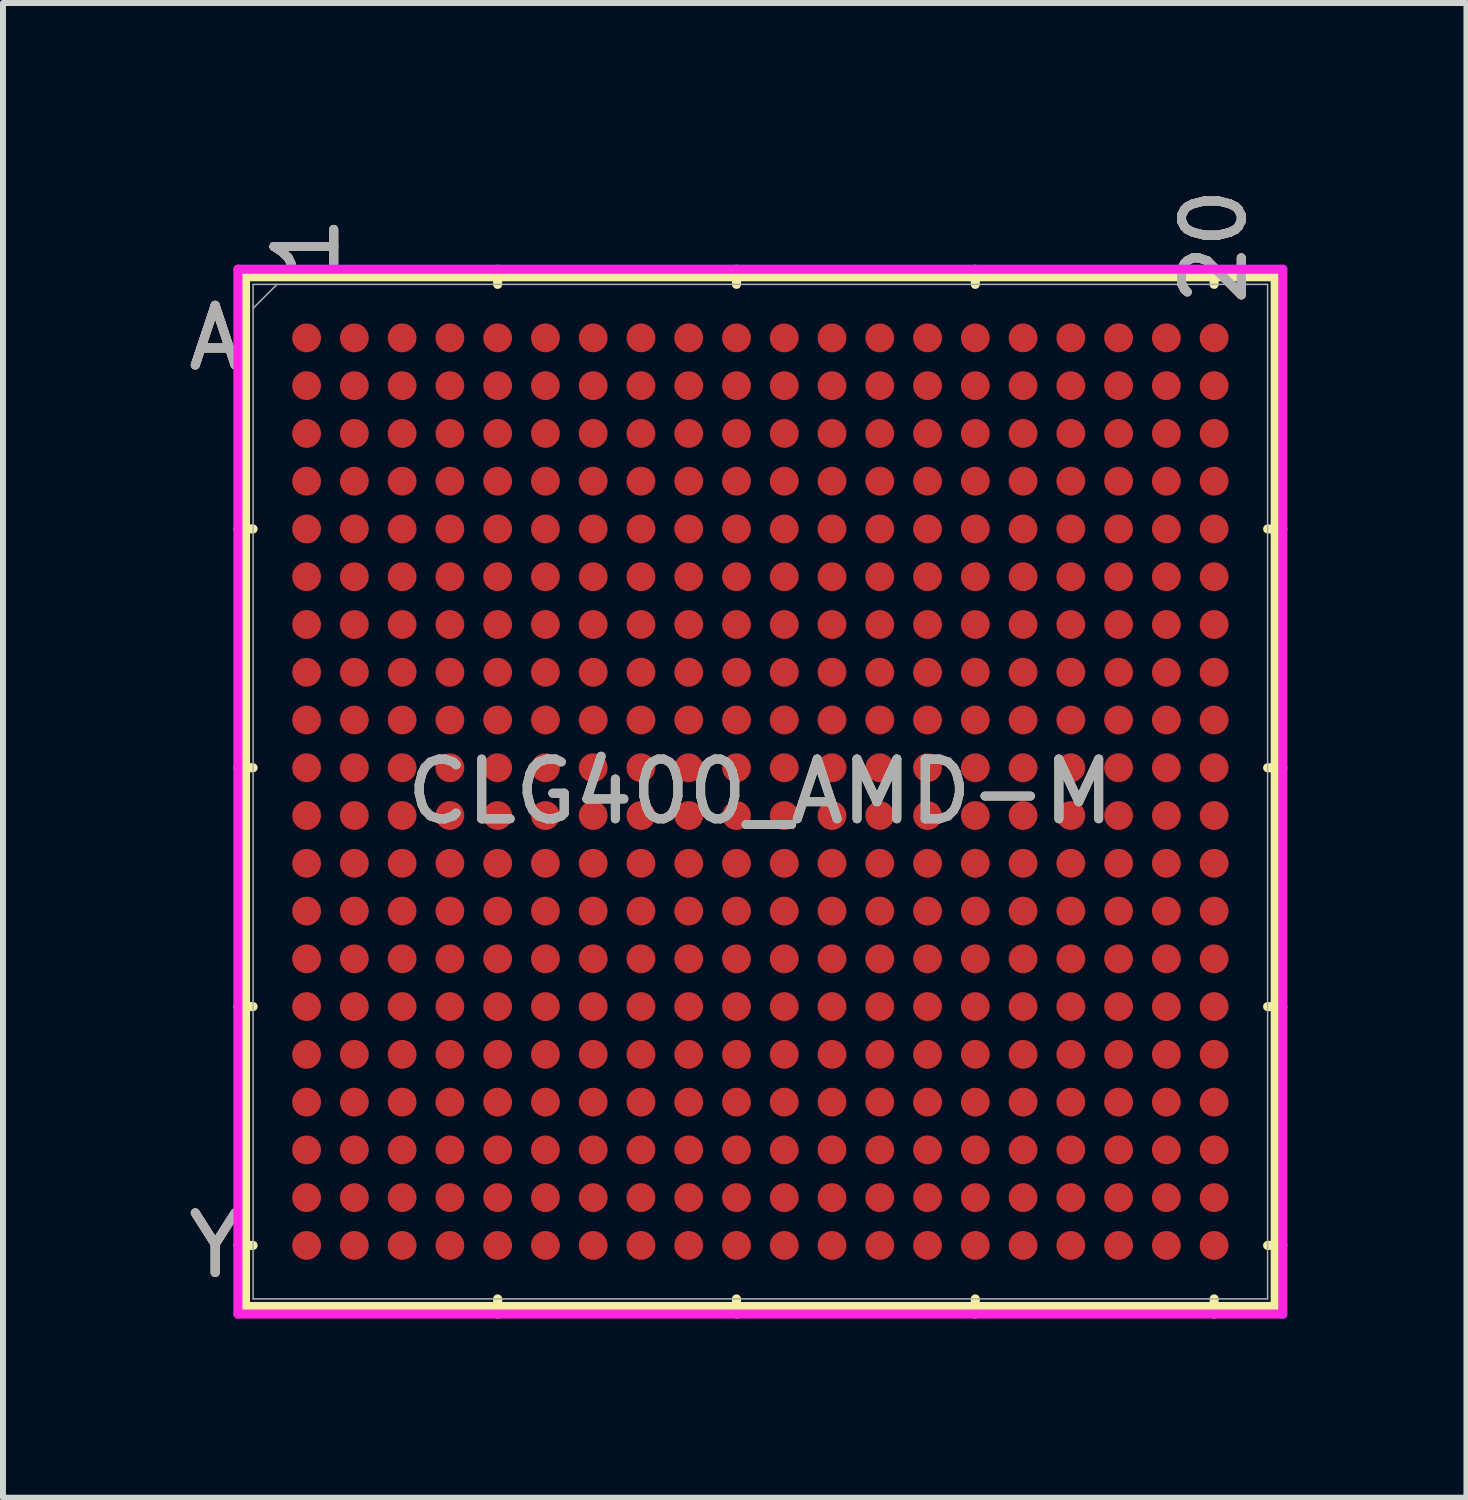
<source format=kicad_pcb>
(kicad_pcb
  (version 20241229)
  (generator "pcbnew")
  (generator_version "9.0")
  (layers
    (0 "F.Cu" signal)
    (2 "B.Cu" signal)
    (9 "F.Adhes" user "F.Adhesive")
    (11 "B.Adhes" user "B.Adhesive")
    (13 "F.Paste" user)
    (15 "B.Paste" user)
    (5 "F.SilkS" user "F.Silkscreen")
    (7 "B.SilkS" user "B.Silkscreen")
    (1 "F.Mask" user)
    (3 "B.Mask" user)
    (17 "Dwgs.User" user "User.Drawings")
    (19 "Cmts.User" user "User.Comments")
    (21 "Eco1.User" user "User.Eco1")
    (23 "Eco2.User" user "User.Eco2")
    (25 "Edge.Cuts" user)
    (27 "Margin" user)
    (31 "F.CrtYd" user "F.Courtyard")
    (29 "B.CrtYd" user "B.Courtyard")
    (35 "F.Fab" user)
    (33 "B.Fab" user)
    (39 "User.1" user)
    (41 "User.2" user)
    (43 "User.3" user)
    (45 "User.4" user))
  (footprint "CLG400_AMD-M"
    (layer "F.Cu")
    (at 9.685 10.209)
    (property "Reference" "CLG400_AMD-M" (at 0 0 0) (unlocked yes) (layer "F.SilkS") (effects (font (size 1 1) (thickness 0.15))))
    (attr smd)
    (fp_line (start -8.623 -8.623) (end -8.623 8.623) (stroke (width 0.152) (type solid)) (layer "F.SilkS"))
    (fp_line (start -8.623 8.623) (end 8.623 8.623) (stroke (width 0.152) (type solid)) (layer "F.SilkS"))
    (fp_line (start -8.496 -4.4) (end -8.75 -4.4) (stroke (width 0.152) (type solid)) (layer "F.SilkS"))
    (fp_line (start -8.496 -0.4) (end -8.75 -0.4) (stroke (width 0.152) (type solid)) (layer "F.SilkS"))
    (fp_line (start -8.496 3.6) (end -8.75 3.6) (stroke (width 0.152) (type solid)) (layer "F.SilkS"))
    (fp_line (start -8.496 7.6) (end -8.75 7.6) (stroke (width 0.152) (type solid)) (layer "F.SilkS"))
    (fp_line (start -4.4 -8.496) (end -4.4 -8.75) (stroke (width 0.152) (type solid)) (layer "F.SilkS"))
    (fp_line (start -4.4 8.496) (end -4.4 8.75) (stroke (width 0.152) (type solid)) (layer "F.SilkS"))
    (fp_line (start -0.4 -8.496) (end -0.4 -8.75) (stroke (width 0.152) (type solid)) (layer "F.SilkS"))
    (fp_line (start -0.4 8.496) (end -0.4 8.75) (stroke (width 0.152) (type solid)) (layer "F.SilkS"))
    (fp_line (start 3.6 -8.496) (end 3.6 -8.75) (stroke (width 0.152) (type solid)) (layer "F.SilkS"))
    (fp_line (start 3.6 8.496) (end 3.6 8.75) (stroke (width 0.152) (type solid)) (layer "F.SilkS"))
    (fp_line (start 7.6 -8.496) (end 7.6 -8.75) (stroke (width 0.152) (type solid)) (layer "F.SilkS"))
    (fp_line (start 7.6 8.496) (end 7.6 8.75) (stroke (width 0.152) (type solid)) (layer "F.SilkS"))
    (fp_line (start 8.496 -4.4) (end 8.75 -4.4) (stroke (width 0.152) (type solid)) (layer "F.SilkS"))
    (fp_line (start 8.496 -0.4) (end 8.75 -0.4) (stroke (width 0.152) (type solid)) (layer "F.SilkS"))
    (fp_line (start 8.496 3.6) (end 8.75 3.6) (stroke (width 0.152) (type solid)) (layer "F.SilkS"))
    (fp_line (start 8.496 7.6) (end 8.75 7.6) (stroke (width 0.152) (type solid)) (layer "F.SilkS"))
    (fp_line (start 8.623 -8.623) (end -8.623 -8.623) (stroke (width 0.152) (type solid)) (layer "F.SilkS"))
    (fp_line (start 8.623 8.623) (end 8.623 -8.623) (stroke (width 0.152) (type solid)) (layer "F.SilkS"))
    (fp_poly (pts (xy -8.444 -8.444) (xy 8.444 -8.444) (xy 8.444 8.444) (xy -8.444 8.444)) (stroke (width 0.1) (type solid)) (fill no) (layer "Eco2.User"))
    (fp_line (start -8.75 -8.75) (end 8.75 -8.75) (stroke (width 0.152) (type solid)) (layer "F.CrtYd"))
    (fp_line (start -8.75 8.75) (end -8.75 -8.75) (stroke (width 0.152) (type solid)) (layer "F.CrtYd"))
    (fp_line (start 8.75 -8.75) (end 8.75 8.75) (stroke (width 0.152) (type solid)) (layer "F.CrtYd"))
    (fp_line (start 8.75 8.75) (end -8.75 8.75) (stroke (width 0.152) (type solid)) (layer "F.CrtYd"))
    (fp_line (start -8.496 -8.496) (end -8.496 8.496) (stroke (width 0.025) (type solid)) (layer "F.Fab"))
    (fp_line (start -8.496 8.496) (end 8.496 8.496) (stroke (width 0.025) (type solid)) (layer "F.Fab"))
    (fp_line (start -8.096 -8.496) (end -8.496 -8.096) (stroke (width 0.025) (type solid)) (layer "F.Fab"))
    (fp_line (start 8.496 -8.496) (end -8.496 -8.496) (stroke (width 0.025) (type solid)) (layer "F.Fab"))
    (fp_line (start 8.496 8.496) (end 8.496 -8.496) (stroke (width 0.025) (type solid)) (layer "F.Fab"))
    (fp_text user "1" (at -7.6 -9.131 90) (unlocked yes) (layer "F.SilkS") (effects (font (size 1 1) (thickness 0.15))))
    (fp_text user "Y" (at -9.131 7.6 0) (unlocked yes) (layer "F.SilkS") (effects (font (size 1 1) (thickness 0.15))))
    (fp_text user "A" (at -9.131 -7.6 0) (unlocked yes) (layer "F.SilkS") (effects (font (size 1 1) (thickness 0.15))))
    (fp_text user "20" (at 7.6 -9.131 90) (unlocked yes) (layer "F.SilkS") (effects (font (size 1 1) (thickness 0.15))))
    (fp_text user "20" (at 7.6 -9.131 90) (unlocked yes) (layer "B.SilkS") (effects (font (size 1 1) (thickness 0.15))))
    (fp_text user "A" (at -9.131 -7.6 0) (unlocked yes) (layer "B.SilkS") (effects (font (size 1 1) (thickness 0.15))))
    (fp_text user "Y" (at -9.131 7.6 0) (unlocked yes) (layer "B.SilkS") (effects (font (size 1 1) (thickness 0.15))))
    (fp_text user "1" (at -7.6 -9.131 90) (unlocked yes) (layer "B.SilkS") (effects (font (size 1 1) (thickness 0.15))))
    (fp_text user "1" (at -7.6 -9.131 90) (unlocked yes) (layer "F.Fab") (effects (font (size 1 1) (thickness 0.15))))
    (fp_text user "20" (at 7.6 -9.131 90) (unlocked yes) (layer "F.Fab") (effects (font (size 1 1) (thickness 0.15))))
    (fp_text user "${REFERENCE}" (at 0 0 0) (unlocked yes) (layer "F.Fab") (effects (font (size 1 1) (thickness 0.15))))
    (fp_text user "A" (at -9.131 -7.6 0) (unlocked yes) (layer "F.Fab") (effects (font (size 1 1) (thickness 0.15))))
    (fp_text user "Y" (at -9.131 7.6 0) (unlocked yes) (layer "F.Fab") (effects (font (size 1 1) (thickness 0.15))))
    (pad "A1" smd circle (at -7.6 -7.6) (size 0.483 0.483) (layers "F.Cu" "F.Mask" "F.Paste"))
    (pad "A2" smd circle (at -6.8 -7.6) (size 0.483 0.483) (layers "F.Cu" "F.Mask" "F.Paste"))
    (pad "A3" smd circle (at -6 -7.6) (size 0.483 0.483) (layers "F.Cu" "F.Mask" "F.Paste"))
    (pad "A4" smd circle (at -5.2 -7.6) (size 0.483 0.483) (layers "F.Cu" "F.Mask" "F.Paste"))
    (pad "A5" smd circle (at -4.4 -7.6) (size 0.483 0.483) (layers "F.Cu" "F.Mask" "F.Paste"))
    (pad "A6" smd circle (at -3.6 -7.6) (size 0.483 0.483) (layers "F.Cu" "F.Mask" "F.Paste"))
    (pad "A7" smd circle (at -2.8 -7.6) (size 0.483 0.483) (layers "F.Cu" "F.Mask" "F.Paste"))
    (pad "A8" smd circle (at -2 -7.6) (size 0.483 0.483) (layers "F.Cu" "F.Mask" "F.Paste"))
    (pad "A9" smd circle (at -1.2 -7.6) (size 0.483 0.483) (layers "F.Cu" "F.Mask" "F.Paste"))
    (pad "A10" smd circle (at -0.4 -7.6) (size 0.483 0.483) (layers "F.Cu" "F.Mask" "F.Paste"))
    (pad "A11" smd circle (at 0.4 -7.6) (size 0.483 0.483) (layers "F.Cu" "F.Mask" "F.Paste"))
    (pad "A12" smd circle (at 1.2 -7.6) (size 0.483 0.483) (layers "F.Cu" "F.Mask" "F.Paste"))
    (pad "A13" smd circle (at 2 -7.6) (size 0.483 0.483) (layers "F.Cu" "F.Mask" "F.Paste"))
    (pad "A14" smd circle (at 2.8 -7.6) (size 0.483 0.483) (layers "F.Cu" "F.Mask" "F.Paste"))
    (pad "A15" smd circle (at 3.6 -7.6) (size 0.483 0.483) (layers "F.Cu" "F.Mask" "F.Paste"))
    (pad "A16" smd circle (at 4.4 -7.6) (size 0.483 0.483) (layers "F.Cu" "F.Mask" "F.Paste"))
    (pad "A17" smd circle (at 5.2 -7.6) (size 0.483 0.483) (layers "F.Cu" "F.Mask" "F.Paste"))
    (pad "A18" smd circle (at 6 -7.6) (size 0.483 0.483) (layers "F.Cu" "F.Mask" "F.Paste"))
    (pad "A19" smd circle (at 6.8 -7.6) (size 0.483 0.483) (layers "F.Cu" "F.Mask" "F.Paste"))
    (pad "A20" smd circle (at 7.6 -7.6) (size 0.483 0.483) (layers "F.Cu" "F.Mask" "F.Paste"))
    (pad "B1" smd circle (at -7.6 -6.8) (size 0.483 0.483) (layers "F.Cu" "F.Mask" "F.Paste"))
    (pad "B2" smd circle (at -6.8 -6.8) (size 0.483 0.483) (layers "F.Cu" "F.Mask" "F.Paste"))
    (pad "B3" smd circle (at -6 -6.8) (size 0.483 0.483) (layers "F.Cu" "F.Mask" "F.Paste"))
    (pad "B4" smd circle (at -5.2 -6.8) (size 0.483 0.483) (layers "F.Cu" "F.Mask" "F.Paste"))
    (pad "B5" smd circle (at -4.4 -6.8) (size 0.483 0.483) (layers "F.Cu" "F.Mask" "F.Paste"))
    (pad "B6" smd circle (at -3.6 -6.8) (size 0.483 0.483) (layers "F.Cu" "F.Mask" "F.Paste"))
    (pad "B7" smd circle (at -2.8 -6.8) (size 0.483 0.483) (layers "F.Cu" "F.Mask" "F.Paste"))
    (pad "B8" smd circle (at -2 -6.8) (size 0.483 0.483) (layers "F.Cu" "F.Mask" "F.Paste"))
    (pad "B9" smd circle (at -1.2 -6.8) (size 0.483 0.483) (layers "F.Cu" "F.Mask" "F.Paste"))
    (pad "B10" smd circle (at -0.4 -6.8) (size 0.483 0.483) (layers "F.Cu" "F.Mask" "F.Paste"))
    (pad "B11" smd circle (at 0.4 -6.8) (size 0.483 0.483) (layers "F.Cu" "F.Mask" "F.Paste"))
    (pad "B12" smd circle (at 1.2 -6.8) (size 0.483 0.483) (layers "F.Cu" "F.Mask" "F.Paste"))
    (pad "B13" smd circle (at 2 -6.8) (size 0.483 0.483) (layers "F.Cu" "F.Mask" "F.Paste"))
    (pad "B14" smd circle (at 2.8 -6.8) (size 0.483 0.483) (layers "F.Cu" "F.Mask" "F.Paste"))
    (pad "B15" smd circle (at 3.6 -6.8) (size 0.483 0.483) (layers "F.Cu" "F.Mask" "F.Paste"))
    (pad "B16" smd circle (at 4.4 -6.8) (size 0.483 0.483) (layers "F.Cu" "F.Mask" "F.Paste"))
    (pad "B17" smd circle (at 5.2 -6.8) (size 0.483 0.483) (layers "F.Cu" "F.Mask" "F.Paste"))
    (pad "B18" smd circle (at 6 -6.8) (size 0.483 0.483) (layers "F.Cu" "F.Mask" "F.Paste"))
    (pad "B19" smd circle (at 6.8 -6.8) (size 0.483 0.483) (layers "F.Cu" "F.Mask" "F.Paste"))
    (pad "B20" smd circle (at 7.6 -6.8) (size 0.483 0.483) (layers "F.Cu" "F.Mask" "F.Paste"))
    (pad "C1" smd circle (at -7.6 -6) (size 0.483 0.483) (layers "F.Cu" "F.Mask" "F.Paste"))
    (pad "C2" smd circle (at -6.8 -6) (size 0.483 0.483) (layers "F.Cu" "F.Mask" "F.Paste"))
    (pad "C3" smd circle (at -6 -6) (size 0.483 0.483) (layers "F.Cu" "F.Mask" "F.Paste"))
    (pad "C4" smd circle (at -5.2 -6) (size 0.483 0.483) (layers "F.Cu" "F.Mask" "F.Paste"))
    (pad "C5" smd circle (at -4.4 -6) (size 0.483 0.483) (layers "F.Cu" "F.Mask" "F.Paste"))
    (pad "C6" smd circle (at -3.6 -6) (size 0.483 0.483) (layers "F.Cu" "F.Mask" "F.Paste"))
    (pad "C7" smd circle (at -2.8 -6) (size 0.483 0.483) (layers "F.Cu" "F.Mask" "F.Paste"))
    (pad "C8" smd circle (at -2 -6) (size 0.483 0.483) (layers "F.Cu" "F.Mask" "F.Paste"))
    (pad "C9" smd circle (at -1.2 -6) (size 0.483 0.483) (layers "F.Cu" "F.Mask" "F.Paste"))
    (pad "C10" smd circle (at -0.4 -6) (size 0.483 0.483) (layers "F.Cu" "F.Mask" "F.Paste"))
    (pad "C11" smd circle (at 0.4 -6) (size 0.483 0.483) (layers "F.Cu" "F.Mask" "F.Paste"))
    (pad "C12" smd circle (at 1.2 -6) (size 0.483 0.483) (layers "F.Cu" "F.Mask" "F.Paste"))
    (pad "C13" smd circle (at 2 -6) (size 0.483 0.483) (layers "F.Cu" "F.Mask" "F.Paste"))
    (pad "C14" smd circle (at 2.8 -6) (size 0.483 0.483) (layers "F.Cu" "F.Mask" "F.Paste"))
    (pad "C15" smd circle (at 3.6 -6) (size 0.483 0.483) (layers "F.Cu" "F.Mask" "F.Paste"))
    (pad "C16" smd circle (at 4.4 -6) (size 0.483 0.483) (layers "F.Cu" "F.Mask" "F.Paste"))
    (pad "C17" smd circle (at 5.2 -6) (size 0.483 0.483) (layers "F.Cu" "F.Mask" "F.Paste"))
    (pad "C18" smd circle (at 6 -6) (size 0.483 0.483) (layers "F.Cu" "F.Mask" "F.Paste"))
    (pad "C19" smd circle (at 6.8 -6) (size 0.483 0.483) (layers "F.Cu" "F.Mask" "F.Paste"))
    (pad "C20" smd circle (at 7.6 -6) (size 0.483 0.483) (layers "F.Cu" "F.Mask" "F.Paste"))
    (pad "D1" smd circle (at -7.6 -5.2) (size 0.483 0.483) (layers "F.Cu" "F.Mask" "F.Paste"))
    (pad "D2" smd circle (at -6.8 -5.2) (size 0.483 0.483) (layers "F.Cu" "F.Mask" "F.Paste"))
    (pad "D3" smd circle (at -6 -5.2) (size 0.483 0.483) (layers "F.Cu" "F.Mask" "F.Paste"))
    (pad "D4" smd circle (at -5.2 -5.2) (size 0.483 0.483) (layers "F.Cu" "F.Mask" "F.Paste"))
    (pad "D5" smd circle (at -4.4 -5.2) (size 0.483 0.483) (layers "F.Cu" "F.Mask" "F.Paste"))
    (pad "D6" smd circle (at -3.6 -5.2) (size 0.483 0.483) (layers "F.Cu" "F.Mask" "F.Paste"))
    (pad "D7" smd circle (at -2.8 -5.2) (size 0.483 0.483) (layers "F.Cu" "F.Mask" "F.Paste"))
    (pad "D8" smd circle (at -2 -5.2) (size 0.483 0.483) (layers "F.Cu" "F.Mask" "F.Paste"))
    (pad "D9" smd circle (at -1.2 -5.2) (size 0.483 0.483) (layers "F.Cu" "F.Mask" "F.Paste"))
    (pad "D10" smd circle (at -0.4 -5.2) (size 0.483 0.483) (layers "F.Cu" "F.Mask" "F.Paste"))
    (pad "D11" smd circle (at 0.4 -5.2) (size 0.483 0.483) (layers "F.Cu" "F.Mask" "F.Paste"))
    (pad "D12" smd circle (at 1.2 -5.2) (size 0.483 0.483) (layers "F.Cu" "F.Mask" "F.Paste"))
    (pad "D13" smd circle (at 2 -5.2) (size 0.483 0.483) (layers "F.Cu" "F.Mask" "F.Paste"))
    (pad "D14" smd circle (at 2.8 -5.2) (size 0.483 0.483) (layers "F.Cu" "F.Mask" "F.Paste"))
    (pad "D15" smd circle (at 3.6 -5.2) (size 0.483 0.483) (layers "F.Cu" "F.Mask" "F.Paste"))
    (pad "D16" smd circle (at 4.4 -5.2) (size 0.483 0.483) (layers "F.Cu" "F.Mask" "F.Paste"))
    (pad "D17" smd circle (at 5.2 -5.2) (size 0.483 0.483) (layers "F.Cu" "F.Mask" "F.Paste"))
    (pad "D18" smd circle (at 6 -5.2) (size 0.483 0.483) (layers "F.Cu" "F.Mask" "F.Paste"))
    (pad "D19" smd circle (at 6.8 -5.2) (size 0.483 0.483) (layers "F.Cu" "F.Mask" "F.Paste"))
    (pad "D20" smd circle (at 7.6 -5.2) (size 0.483 0.483) (layers "F.Cu" "F.Mask" "F.Paste"))
    (pad "E1" smd circle (at -7.6 -4.4) (size 0.483 0.483) (layers "F.Cu" "F.Mask" "F.Paste"))
    (pad "E2" smd circle (at -6.8 -4.4) (size 0.483 0.483) (layers "F.Cu" "F.Mask" "F.Paste"))
    (pad "E3" smd circle (at -6 -4.4) (size 0.483 0.483) (layers "F.Cu" "F.Mask" "F.Paste"))
    (pad "E4" smd circle (at -5.2 -4.4) (size 0.483 0.483) (layers "F.Cu" "F.Mask" "F.Paste"))
    (pad "E5" smd circle (at -4.4 -4.4) (size 0.483 0.483) (layers "F.Cu" "F.Mask" "F.Paste"))
    (pad "E6" smd circle (at -3.6 -4.4) (size 0.483 0.483) (layers "F.Cu" "F.Mask" "F.Paste"))
    (pad "E7" smd circle (at -2.8 -4.4) (size 0.483 0.483) (layers "F.Cu" "F.Mask" "F.Paste"))
    (pad "E8" smd circle (at -2 -4.4) (size 0.483 0.483) (layers "F.Cu" "F.Mask" "F.Paste"))
    (pad "E9" smd circle (at -1.2 -4.4) (size 0.483 0.483) (layers "F.Cu" "F.Mask" "F.Paste"))
    (pad "E10" smd circle (at -0.4 -4.4) (size 0.483 0.483) (layers "F.Cu" "F.Mask" "F.Paste"))
    (pad "E11" smd circle (at 0.4 -4.4) (size 0.483 0.483) (layers "F.Cu" "F.Mask" "F.Paste"))
    (pad "E12" smd circle (at 1.2 -4.4) (size 0.483 0.483) (layers "F.Cu" "F.Mask" "F.Paste"))
    (pad "E13" smd circle (at 2 -4.4) (size 0.483 0.483) (layers "F.Cu" "F.Mask" "F.Paste"))
    (pad "E14" smd circle (at 2.8 -4.4) (size 0.483 0.483) (layers "F.Cu" "F.Mask" "F.Paste"))
    (pad "E15" smd circle (at 3.6 -4.4) (size 0.483 0.483) (layers "F.Cu" "F.Mask" "F.Paste"))
    (pad "E16" smd circle (at 4.4 -4.4) (size 0.483 0.483) (layers "F.Cu" "F.Mask" "F.Paste"))
    (pad "E17" smd circle (at 5.2 -4.4) (size 0.483 0.483) (layers "F.Cu" "F.Mask" "F.Paste"))
    (pad "E18" smd circle (at 6 -4.4) (size 0.483 0.483) (layers "F.Cu" "F.Mask" "F.Paste"))
    (pad "E19" smd circle (at 6.8 -4.4) (size 0.483 0.483) (layers "F.Cu" "F.Mask" "F.Paste"))
    (pad "E20" smd circle (at 7.6 -4.4) (size 0.483 0.483) (layers "F.Cu" "F.Mask" "F.Paste"))
    (pad "F1" smd circle (at -7.6 -3.6) (size 0.483 0.483) (layers "F.Cu" "F.Mask" "F.Paste"))
    (pad "F2" smd circle (at -6.8 -3.6) (size 0.483 0.483) (layers "F.Cu" "F.Mask" "F.Paste"))
    (pad "F3" smd circle (at -6 -3.6) (size 0.483 0.483) (layers "F.Cu" "F.Mask" "F.Paste"))
    (pad "F4" smd circle (at -5.2 -3.6) (size 0.483 0.483) (layers "F.Cu" "F.Mask" "F.Paste"))
    (pad "F5" smd circle (at -4.4 -3.6) (size 0.483 0.483) (layers "F.Cu" "F.Mask" "F.Paste"))
    (pad "F6" smd circle (at -3.6 -3.6) (size 0.483 0.483) (layers "F.Cu" "F.Mask" "F.Paste"))
    (pad "F7" smd circle (at -2.8 -3.6) (size 0.483 0.483) (layers "F.Cu" "F.Mask" "F.Paste"))
    (pad "F8" smd circle (at -2 -3.6) (size 0.483 0.483) (layers "F.Cu" "F.Mask" "F.Paste"))
    (pad "F9" smd circle (at -1.2 -3.6) (size 0.483 0.483) (layers "F.Cu" "F.Mask" "F.Paste"))
    (pad "F10" smd circle (at -0.4 -3.6) (size 0.483 0.483) (layers "F.Cu" "F.Mask" "F.Paste"))
    (pad "F11" smd circle (at 0.4 -3.6) (size 0.483 0.483) (layers "F.Cu" "F.Mask" "F.Paste"))
    (pad "F12" smd circle (at 1.2 -3.6) (size 0.483 0.483) (layers "F.Cu" "F.Mask" "F.Paste"))
    (pad "F13" smd circle (at 2 -3.6) (size 0.483 0.483) (layers "F.Cu" "F.Mask" "F.Paste"))
    (pad "F14" smd circle (at 2.8 -3.6) (size 0.483 0.483) (layers "F.Cu" "F.Mask" "F.Paste"))
    (pad "F15" smd circle (at 3.6 -3.6) (size 0.483 0.483) (layers "F.Cu" "F.Mask" "F.Paste"))
    (pad "F16" smd circle (at 4.4 -3.6) (size 0.483 0.483) (layers "F.Cu" "F.Mask" "F.Paste"))
    (pad "F17" smd circle (at 5.2 -3.6) (size 0.483 0.483) (layers "F.Cu" "F.Mask" "F.Paste"))
    (pad "F18" smd circle (at 6 -3.6) (size 0.483 0.483) (layers "F.Cu" "F.Mask" "F.Paste"))
    (pad "F19" smd circle (at 6.8 -3.6) (size 0.483 0.483) (layers "F.Cu" "F.Mask" "F.Paste"))
    (pad "F20" smd circle (at 7.6 -3.6) (size 0.483 0.483) (layers "F.Cu" "F.Mask" "F.Paste"))
    (pad "G1" smd circle (at -7.6 -2.8) (size 0.483 0.483) (layers "F.Cu" "F.Mask" "F.Paste"))
    (pad "G2" smd circle (at -6.8 -2.8) (size 0.483 0.483) (layers "F.Cu" "F.Mask" "F.Paste"))
    (pad "G3" smd circle (at -6 -2.8) (size 0.483 0.483) (layers "F.Cu" "F.Mask" "F.Paste"))
    (pad "G4" smd circle (at -5.2 -2.8) (size 0.483 0.483) (layers "F.Cu" "F.Mask" "F.Paste"))
    (pad "G5" smd circle (at -4.4 -2.8) (size 0.483 0.483) (layers "F.Cu" "F.Mask" "F.Paste"))
    (pad "G6" smd circle (at -3.6 -2.8) (size 0.483 0.483) (layers "F.Cu" "F.Mask" "F.Paste"))
    (pad "G7" smd circle (at -2.8 -2.8) (size 0.483 0.483) (layers "F.Cu" "F.Mask" "F.Paste"))
    (pad "G8" smd circle (at -2 -2.8) (size 0.483 0.483) (layers "F.Cu" "F.Mask" "F.Paste"))
    (pad "G9" smd circle (at -1.2 -2.8) (size 0.483 0.483) (layers "F.Cu" "F.Mask" "F.Paste"))
    (pad "G10" smd circle (at -0.4 -2.8) (size 0.483 0.483) (layers "F.Cu" "F.Mask" "F.Paste"))
    (pad "G11" smd circle (at 0.4 -2.8) (size 0.483 0.483) (layers "F.Cu" "F.Mask" "F.Paste"))
    (pad "G12" smd circle (at 1.2 -2.8) (size 0.483 0.483) (layers "F.Cu" "F.Mask" "F.Paste"))
    (pad "G13" smd circle (at 2 -2.8) (size 0.483 0.483) (layers "F.Cu" "F.Mask" "F.Paste"))
    (pad "G14" smd circle (at 2.8 -2.8) (size 0.483 0.483) (layers "F.Cu" "F.Mask" "F.Paste"))
    (pad "G15" smd circle (at 3.6 -2.8) (size 0.483 0.483) (layers "F.Cu" "F.Mask" "F.Paste"))
    (pad "G16" smd circle (at 4.4 -2.8) (size 0.483 0.483) (layers "F.Cu" "F.Mask" "F.Paste"))
    (pad "G17" smd circle (at 5.2 -2.8) (size 0.483 0.483) (layers "F.Cu" "F.Mask" "F.Paste"))
    (pad "G18" smd circle (at 6 -2.8) (size 0.483 0.483) (layers "F.Cu" "F.Mask" "F.Paste"))
    (pad "G19" smd circle (at 6.8 -2.8) (size 0.483 0.483) (layers "F.Cu" "F.Mask" "F.Paste"))
    (pad "G20" smd circle (at 7.6 -2.8) (size 0.483 0.483) (layers "F.Cu" "F.Mask" "F.Paste"))
    (pad "H1" smd circle (at -7.6 -2) (size 0.483 0.483) (layers "F.Cu" "F.Mask" "F.Paste"))
    (pad "H2" smd circle (at -6.8 -2) (size 0.483 0.483) (layers "F.Cu" "F.Mask" "F.Paste"))
    (pad "H3" smd circle (at -6 -2) (size 0.483 0.483) (layers "F.Cu" "F.Mask" "F.Paste"))
    (pad "H4" smd circle (at -5.2 -2) (size 0.483 0.483) (layers "F.Cu" "F.Mask" "F.Paste"))
    (pad "H5" smd circle (at -4.4 -2) (size 0.483 0.483) (layers "F.Cu" "F.Mask" "F.Paste"))
    (pad "H6" smd circle (at -3.6 -2) (size 0.483 0.483) (layers "F.Cu" "F.Mask" "F.Paste"))
    (pad "H7" smd circle (at -2.8 -2) (size 0.483 0.483) (layers "F.Cu" "F.Mask" "F.Paste"))
    (pad "H8" smd circle (at -2 -2) (size 0.483 0.483) (layers "F.Cu" "F.Mask" "F.Paste"))
    (pad "H9" smd circle (at -1.2 -2) (size 0.483 0.483) (layers "F.Cu" "F.Mask" "F.Paste"))
    (pad "H10" smd circle (at -0.4 -2) (size 0.483 0.483) (layers "F.Cu" "F.Mask" "F.Paste"))
    (pad "H11" smd circle (at 0.4 -2) (size 0.483 0.483) (layers "F.Cu" "F.Mask" "F.Paste"))
    (pad "H12" smd circle (at 1.2 -2) (size 0.483 0.483) (layers "F.Cu" "F.Mask" "F.Paste"))
    (pad "H13" smd circle (at 2 -2) (size 0.483 0.483) (layers "F.Cu" "F.Mask" "F.Paste"))
    (pad "H14" smd circle (at 2.8 -2) (size 0.483 0.483) (layers "F.Cu" "F.Mask" "F.Paste"))
    (pad "H15" smd circle (at 3.6 -2) (size 0.483 0.483) (layers "F.Cu" "F.Mask" "F.Paste"))
    (pad "H16" smd circle (at 4.4 -2) (size 0.483 0.483) (layers "F.Cu" "F.Mask" "F.Paste"))
    (pad "H17" smd circle (at 5.2 -2) (size 0.483 0.483) (layers "F.Cu" "F.Mask" "F.Paste"))
    (pad "H18" smd circle (at 6 -2) (size 0.483 0.483) (layers "F.Cu" "F.Mask" "F.Paste"))
    (pad "H19" smd circle (at 6.8 -2) (size 0.483 0.483) (layers "F.Cu" "F.Mask" "F.Paste"))
    (pad "H20" smd circle (at 7.6 -2) (size 0.483 0.483) (layers "F.Cu" "F.Mask" "F.Paste"))
    (pad "J1" smd circle (at -7.6 -1.2) (size 0.483 0.483) (layers "F.Cu" "F.Mask" "F.Paste"))
    (pad "J2" smd circle (at -6.8 -1.2) (size 0.483 0.483) (layers "F.Cu" "F.Mask" "F.Paste"))
    (pad "J3" smd circle (at -6 -1.2) (size 0.483 0.483) (layers "F.Cu" "F.Mask" "F.Paste"))
    (pad "J4" smd circle (at -5.2 -1.2) (size 0.483 0.483) (layers "F.Cu" "F.Mask" "F.Paste"))
    (pad "J5" smd circle (at -4.4 -1.2) (size 0.483 0.483) (layers "F.Cu" "F.Mask" "F.Paste"))
    (pad "J6" smd circle (at -3.6 -1.2) (size 0.483 0.483) (layers "F.Cu" "F.Mask" "F.Paste"))
    (pad "J7" smd circle (at -2.8 -1.2) (size 0.483 0.483) (layers "F.Cu" "F.Mask" "F.Paste"))
    (pad "J8" smd circle (at -2 -1.2) (size 0.483 0.483) (layers "F.Cu" "F.Mask" "F.Paste"))
    (pad "J9" smd circle (at -1.2 -1.2) (size 0.483 0.483) (layers "F.Cu" "F.Mask" "F.Paste"))
    (pad "J10" smd circle (at -0.4 -1.2) (size 0.483 0.483) (layers "F.Cu" "F.Mask" "F.Paste"))
    (pad "J11" smd circle (at 0.4 -1.2) (size 0.483 0.483) (layers "F.Cu" "F.Mask" "F.Paste"))
    (pad "J12" smd circle (at 1.2 -1.2) (size 0.483 0.483) (layers "F.Cu" "F.Mask" "F.Paste"))
    (pad "J13" smd circle (at 2 -1.2) (size 0.483 0.483) (layers "F.Cu" "F.Mask" "F.Paste"))
    (pad "J14" smd circle (at 2.8 -1.2) (size 0.483 0.483) (layers "F.Cu" "F.Mask" "F.Paste"))
    (pad "J15" smd circle (at 3.6 -1.2) (size 0.483 0.483) (layers "F.Cu" "F.Mask" "F.Paste"))
    (pad "J16" smd circle (at 4.4 -1.2) (size 0.483 0.483) (layers "F.Cu" "F.Mask" "F.Paste"))
    (pad "J17" smd circle (at 5.2 -1.2) (size 0.483 0.483) (layers "F.Cu" "F.Mask" "F.Paste"))
    (pad "J18" smd circle (at 6 -1.2) (size 0.483 0.483) (layers "F.Cu" "F.Mask" "F.Paste"))
    (pad "J19" smd circle (at 6.8 -1.2) (size 0.483 0.483) (layers "F.Cu" "F.Mask" "F.Paste"))
    (pad "J20" smd circle (at 7.6 -1.2) (size 0.483 0.483) (layers "F.Cu" "F.Mask" "F.Paste"))
    (pad "K1" smd circle (at -7.6 -0.4) (size 0.483 0.483) (layers "F.Cu" "F.Mask" "F.Paste"))
    (pad "K2" smd circle (at -6.8 -0.4) (size 0.483 0.483) (layers "F.Cu" "F.Mask" "F.Paste"))
    (pad "K3" smd circle (at -6 -0.4) (size 0.483 0.483) (layers "F.Cu" "F.Mask" "F.Paste"))
    (pad "K4" smd circle (at -5.2 -0.4) (size 0.483 0.483) (layers "F.Cu" "F.Mask" "F.Paste"))
    (pad "K5" smd circle (at -4.4 -0.4) (size 0.483 0.483) (layers "F.Cu" "F.Mask" "F.Paste"))
    (pad "K6" smd circle (at -3.6 -0.4) (size 0.483 0.483) (layers "F.Cu" "F.Mask" "F.Paste"))
    (pad "K7" smd circle (at -2.8 -0.4) (size 0.483 0.483) (layers "F.Cu" "F.Mask" "F.Paste"))
    (pad "K8" smd circle (at -2 -0.4) (size 0.483 0.483) (layers "F.Cu" "F.Mask" "F.Paste"))
    (pad "K9" smd circle (at -1.2 -0.4) (size 0.483 0.483) (layers "F.Cu" "F.Mask" "F.Paste"))
    (pad "K10" smd circle (at -0.4 -0.4) (size 0.483 0.483) (layers "F.Cu" "F.Mask" "F.Paste"))
    (pad "K11" smd circle (at 0.4 -0.4) (size 0.483 0.483) (layers "F.Cu" "F.Mask" "F.Paste"))
    (pad "K12" smd circle (at 1.2 -0.4) (size 0.483 0.483) (layers "F.Cu" "F.Mask" "F.Paste"))
    (pad "K13" smd circle (at 2 -0.4) (size 0.483 0.483) (layers "F.Cu" "F.Mask" "F.Paste"))
    (pad "K14" smd circle (at 2.8 -0.4) (size 0.483 0.483) (layers "F.Cu" "F.Mask" "F.Paste"))
    (pad "K15" smd circle (at 3.6 -0.4) (size 0.483 0.483) (layers "F.Cu" "F.Mask" "F.Paste"))
    (pad "K16" smd circle (at 4.4 -0.4) (size 0.483 0.483) (layers "F.Cu" "F.Mask" "F.Paste"))
    (pad "K17" smd circle (at 5.2 -0.4) (size 0.483 0.483) (layers "F.Cu" "F.Mask" "F.Paste"))
    (pad "K18" smd circle (at 6 -0.4) (size 0.483 0.483) (layers "F.Cu" "F.Mask" "F.Paste"))
    (pad "K19" smd circle (at 6.8 -0.4) (size 0.483 0.483) (layers "F.Cu" "F.Mask" "F.Paste"))
    (pad "K20" smd circle (at 7.6 -0.4) (size 0.483 0.483) (layers "F.Cu" "F.Mask" "F.Paste"))
    (pad "L1" smd circle (at -7.6 0.4) (size 0.483 0.483) (layers "F.Cu" "F.Mask" "F.Paste"))
    (pad "L2" smd circle (at -6.8 0.4) (size 0.483 0.483) (layers "F.Cu" "F.Mask" "F.Paste"))
    (pad "L3" smd circle (at -6 0.4) (size 0.483 0.483) (layers "F.Cu" "F.Mask" "F.Paste"))
    (pad "L4" smd circle (at -5.2 0.4) (size 0.483 0.483) (layers "F.Cu" "F.Mask" "F.Paste"))
    (pad "L5" smd circle (at -4.4 0.4) (size 0.483 0.483) (layers "F.Cu" "F.Mask" "F.Paste"))
    (pad "L6" smd circle (at -3.6 0.4) (size 0.483 0.483) (layers "F.Cu" "F.Mask" "F.Paste"))
    (pad "L7" smd circle (at -2.8 0.4) (size 0.483 0.483) (layers "F.Cu" "F.Mask" "F.Paste"))
    (pad "L8" smd circle (at -2 0.4) (size 0.483 0.483) (layers "F.Cu" "F.Mask" "F.Paste"))
    (pad "L9" smd circle (at -1.2 0.4) (size 0.483 0.483) (layers "F.Cu" "F.Mask" "F.Paste"))
    (pad "L10" smd circle (at -0.4 0.4) (size 0.483 0.483) (layers "F.Cu" "F.Mask" "F.Paste"))
    (pad "L11" smd circle (at 0.4 0.4) (size 0.483 0.483) (layers "F.Cu" "F.Mask" "F.Paste"))
    (pad "L12" smd circle (at 1.2 0.4) (size 0.483 0.483) (layers "F.Cu" "F.Mask" "F.Paste"))
    (pad "L13" smd circle (at 2 0.4) (size 0.483 0.483) (layers "F.Cu" "F.Mask" "F.Paste"))
    (pad "L14" smd circle (at 2.8 0.4) (size 0.483 0.483) (layers "F.Cu" "F.Mask" "F.Paste"))
    (pad "L15" smd circle (at 3.6 0.4) (size 0.483 0.483) (layers "F.Cu" "F.Mask" "F.Paste"))
    (pad "L16" smd circle (at 4.4 0.4) (size 0.483 0.483) (layers "F.Cu" "F.Mask" "F.Paste"))
    (pad "L17" smd circle (at 5.2 0.4) (size 0.483 0.483) (layers "F.Cu" "F.Mask" "F.Paste"))
    (pad "L18" smd circle (at 6 0.4) (size 0.483 0.483) (layers "F.Cu" "F.Mask" "F.Paste"))
    (pad "L19" smd circle (at 6.8 0.4) (size 0.483 0.483) (layers "F.Cu" "F.Mask" "F.Paste"))
    (pad "L20" smd circle (at 7.6 0.4) (size 0.483 0.483) (layers "F.Cu" "F.Mask" "F.Paste"))
    (pad "M1" smd circle (at -7.6 1.2) (size 0.483 0.483) (layers "F.Cu" "F.Mask" "F.Paste"))
    (pad "M2" smd circle (at -6.8 1.2) (size 0.483 0.483) (layers "F.Cu" "F.Mask" "F.Paste"))
    (pad "M3" smd circle (at -6 1.2) (size 0.483 0.483) (layers "F.Cu" "F.Mask" "F.Paste"))
    (pad "M4" smd circle (at -5.2 1.2) (size 0.483 0.483) (layers "F.Cu" "F.Mask" "F.Paste"))
    (pad "M5" smd circle (at -4.4 1.2) (size 0.483 0.483) (layers "F.Cu" "F.Mask" "F.Paste"))
    (pad "M6" smd circle (at -3.6 1.2) (size 0.483 0.483) (layers "F.Cu" "F.Mask" "F.Paste"))
    (pad "M7" smd circle (at -2.8 1.2) (size 0.483 0.483) (layers "F.Cu" "F.Mask" "F.Paste"))
    (pad "M8" smd circle (at -2 1.2) (size 0.483 0.483) (layers "F.Cu" "F.Mask" "F.Paste"))
    (pad "M9" smd circle (at -1.2 1.2) (size 0.483 0.483) (layers "F.Cu" "F.Mask" "F.Paste"))
    (pad "M10" smd circle (at -0.4 1.2) (size 0.483 0.483) (layers "F.Cu" "F.Mask" "F.Paste"))
    (pad "M11" smd circle (at 0.4 1.2) (size 0.483 0.483) (layers "F.Cu" "F.Mask" "F.Paste"))
    (pad "M12" smd circle (at 1.2 1.2) (size 0.483 0.483) (layers "F.Cu" "F.Mask" "F.Paste"))
    (pad "M13" smd circle (at 2 1.2) (size 0.483 0.483) (layers "F.Cu" "F.Mask" "F.Paste"))
    (pad "M14" smd circle (at 2.8 1.2) (size 0.483 0.483) (layers "F.Cu" "F.Mask" "F.Paste"))
    (pad "M15" smd circle (at 3.6 1.2) (size 0.483 0.483) (layers "F.Cu" "F.Mask" "F.Paste"))
    (pad "M16" smd circle (at 4.4 1.2) (size 0.483 0.483) (layers "F.Cu" "F.Mask" "F.Paste"))
    (pad "M17" smd circle (at 5.2 1.2) (size 0.483 0.483) (layers "F.Cu" "F.Mask" "F.Paste"))
    (pad "M18" smd circle (at 6 1.2) (size 0.483 0.483) (layers "F.Cu" "F.Mask" "F.Paste"))
    (pad "M19" smd circle (at 6.8 1.2) (size 0.483 0.483) (layers "F.Cu" "F.Mask" "F.Paste"))
    (pad "M20" smd circle (at 7.6 1.2) (size 0.483 0.483) (layers "F.Cu" "F.Mask" "F.Paste"))
    (pad "N1" smd circle (at -7.6 2) (size 0.483 0.483) (layers "F.Cu" "F.Mask" "F.Paste"))
    (pad "N2" smd circle (at -6.8 2) (size 0.483 0.483) (layers "F.Cu" "F.Mask" "F.Paste"))
    (pad "N3" smd circle (at -6 2) (size 0.483 0.483) (layers "F.Cu" "F.Mask" "F.Paste"))
    (pad "N4" smd circle (at -5.2 2) (size 0.483 0.483) (layers "F.Cu" "F.Mask" "F.Paste"))
    (pad "N5" smd circle (at -4.4 2) (size 0.483 0.483) (layers "F.Cu" "F.Mask" "F.Paste"))
    (pad "N6" smd circle (at -3.6 2) (size 0.483 0.483) (layers "F.Cu" "F.Mask" "F.Paste"))
    (pad "N7" smd circle (at -2.8 2) (size 0.483 0.483) (layers "F.Cu" "F.Mask" "F.Paste"))
    (pad "N8" smd circle (at -2 2) (size 0.483 0.483) (layers "F.Cu" "F.Mask" "F.Paste"))
    (pad "N9" smd circle (at -1.2 2) (size 0.483 0.483) (layers "F.Cu" "F.Mask" "F.Paste"))
    (pad "N10" smd circle (at -0.4 2) (size 0.483 0.483) (layers "F.Cu" "F.Mask" "F.Paste"))
    (pad "N11" smd circle (at 0.4 2) (size 0.483 0.483) (layers "F.Cu" "F.Mask" "F.Paste"))
    (pad "N12" smd circle (at 1.2 2) (size 0.483 0.483) (layers "F.Cu" "F.Mask" "F.Paste"))
    (pad "N13" smd circle (at 2 2) (size 0.483 0.483) (layers "F.Cu" "F.Mask" "F.Paste"))
    (pad "N14" smd circle (at 2.8 2) (size 0.483 0.483) (layers "F.Cu" "F.Mask" "F.Paste"))
    (pad "N15" smd circle (at 3.6 2) (size 0.483 0.483) (layers "F.Cu" "F.Mask" "F.Paste"))
    (pad "N16" smd circle (at 4.4 2) (size 0.483 0.483) (layers "F.Cu" "F.Mask" "F.Paste"))
    (pad "N17" smd circle (at 5.2 2) (size 0.483 0.483) (layers "F.Cu" "F.Mask" "F.Paste"))
    (pad "N18" smd circle (at 6 2) (size 0.483 0.483) (layers "F.Cu" "F.Mask" "F.Paste"))
    (pad "N19" smd circle (at 6.8 2) (size 0.483 0.483) (layers "F.Cu" "F.Mask" "F.Paste"))
    (pad "N20" smd circle (at 7.6 2) (size 0.483 0.483) (layers "F.Cu" "F.Mask" "F.Paste"))
    (pad "P1" smd circle (at -7.6 2.8) (size 0.483 0.483) (layers "F.Cu" "F.Mask" "F.Paste"))
    (pad "P2" smd circle (at -6.8 2.8) (size 0.483 0.483) (layers "F.Cu" "F.Mask" "F.Paste"))
    (pad "P3" smd circle (at -6 2.8) (size 0.483 0.483) (layers "F.Cu" "F.Mask" "F.Paste"))
    (pad "P4" smd circle (at -5.2 2.8) (size 0.483 0.483) (layers "F.Cu" "F.Mask" "F.Paste"))
    (pad "P5" smd circle (at -4.4 2.8) (size 0.483 0.483) (layers "F.Cu" "F.Mask" "F.Paste"))
    (pad "P6" smd circle (at -3.6 2.8) (size 0.483 0.483) (layers "F.Cu" "F.Mask" "F.Paste"))
    (pad "P7" smd circle (at -2.8 2.8) (size 0.483 0.483) (layers "F.Cu" "F.Mask" "F.Paste"))
    (pad "P8" smd circle (at -2 2.8) (size 0.483 0.483) (layers "F.Cu" "F.Mask" "F.Paste"))
    (pad "P9" smd circle (at -1.2 2.8) (size 0.483 0.483) (layers "F.Cu" "F.Mask" "F.Paste"))
    (pad "P10" smd circle (at -0.4 2.8) (size 0.483 0.483) (layers "F.Cu" "F.Mask" "F.Paste"))
    (pad "P11" smd circle (at 0.4 2.8) (size 0.483 0.483) (layers "F.Cu" "F.Mask" "F.Paste"))
    (pad "P12" smd circle (at 1.2 2.8) (size 0.483 0.483) (layers "F.Cu" "F.Mask" "F.Paste"))
    (pad "P13" smd circle (at 2 2.8) (size 0.483 0.483) (layers "F.Cu" "F.Mask" "F.Paste"))
    (pad "P14" smd circle (at 2.8 2.8) (size 0.483 0.483) (layers "F.Cu" "F.Mask" "F.Paste"))
    (pad "P15" smd circle (at 3.6 2.8) (size 0.483 0.483) (layers "F.Cu" "F.Mask" "F.Paste"))
    (pad "P16" smd circle (at 4.4 2.8) (size 0.483 0.483) (layers "F.Cu" "F.Mask" "F.Paste"))
    (pad "P17" smd circle (at 5.2 2.8) (size 0.483 0.483) (layers "F.Cu" "F.Mask" "F.Paste"))
    (pad "P18" smd circle (at 6 2.8) (size 0.483 0.483) (layers "F.Cu" "F.Mask" "F.Paste"))
    (pad "P19" smd circle (at 6.8 2.8) (size 0.483 0.483) (layers "F.Cu" "F.Mask" "F.Paste"))
    (pad "P20" smd circle (at 7.6 2.8) (size 0.483 0.483) (layers "F.Cu" "F.Mask" "F.Paste"))
    (pad "R1" smd circle (at -7.6 3.6) (size 0.483 0.483) (layers "F.Cu" "F.Mask" "F.Paste"))
    (pad "R2" smd circle (at -6.8 3.6) (size 0.483 0.483) (layers "F.Cu" "F.Mask" "F.Paste"))
    (pad "R3" smd circle (at -6 3.6) (size 0.483 0.483) (layers "F.Cu" "F.Mask" "F.Paste"))
    (pad "R4" smd circle (at -5.2 3.6) (size 0.483 0.483) (layers "F.Cu" "F.Mask" "F.Paste"))
    (pad "R5" smd circle (at -4.4 3.6) (size 0.483 0.483) (layers "F.Cu" "F.Mask" "F.Paste"))
    (pad "R6" smd circle (at -3.6 3.6) (size 0.483 0.483) (layers "F.Cu" "F.Mask" "F.Paste"))
    (pad "R7" smd circle (at -2.8 3.6) (size 0.483 0.483) (layers "F.Cu" "F.Mask" "F.Paste"))
    (pad "R8" smd circle (at -2 3.6) (size 0.483 0.483) (layers "F.Cu" "F.Mask" "F.Paste"))
    (pad "R9" smd circle (at -1.2 3.6) (size 0.483 0.483) (layers "F.Cu" "F.Mask" "F.Paste"))
    (pad "R10" smd circle (at -0.4 3.6) (size 0.483 0.483) (layers "F.Cu" "F.Mask" "F.Paste"))
    (pad "R11" smd circle (at 0.4 3.6) (size 0.483 0.483) (layers "F.Cu" "F.Mask" "F.Paste"))
    (pad "R12" smd circle (at 1.2 3.6) (size 0.483 0.483) (layers "F.Cu" "F.Mask" "F.Paste"))
    (pad "R13" smd circle (at 2 3.6) (size 0.483 0.483) (layers "F.Cu" "F.Mask" "F.Paste"))
    (pad "R14" smd circle (at 2.8 3.6) (size 0.483 0.483) (layers "F.Cu" "F.Mask" "F.Paste"))
    (pad "R15" smd circle (at 3.6 3.6) (size 0.483 0.483) (layers "F.Cu" "F.Mask" "F.Paste"))
    (pad "R16" smd circle (at 4.4 3.6) (size 0.483 0.483) (layers "F.Cu" "F.Mask" "F.Paste"))
    (pad "R17" smd circle (at 5.2 3.6) (size 0.483 0.483) (layers "F.Cu" "F.Mask" "F.Paste"))
    (pad "R18" smd circle (at 6 3.6) (size 0.483 0.483) (layers "F.Cu" "F.Mask" "F.Paste"))
    (pad "R19" smd circle (at 6.8 3.6) (size 0.483 0.483) (layers "F.Cu" "F.Mask" "F.Paste"))
    (pad "R20" smd circle (at 7.6 3.6) (size 0.483 0.483) (layers "F.Cu" "F.Mask" "F.Paste"))
    (pad "T1" smd circle (at -7.6 4.4) (size 0.483 0.483) (layers "F.Cu" "F.Mask" "F.Paste"))
    (pad "T2" smd circle (at -6.8 4.4) (size 0.483 0.483) (layers "F.Cu" "F.Mask" "F.Paste"))
    (pad "T3" smd circle (at -6 4.4) (size 0.483 0.483) (layers "F.Cu" "F.Mask" "F.Paste"))
    (pad "T4" smd circle (at -5.2 4.4) (size 0.483 0.483) (layers "F.Cu" "F.Mask" "F.Paste"))
    (pad "T5" smd circle (at -4.4 4.4) (size 0.483 0.483) (layers "F.Cu" "F.Mask" "F.Paste"))
    (pad "T6" smd circle (at -3.6 4.4) (size 0.483 0.483) (layers "F.Cu" "F.Mask" "F.Paste"))
    (pad "T7" smd circle (at -2.8 4.4) (size 0.483 0.483) (layers "F.Cu" "F.Mask" "F.Paste"))
    (pad "T8" smd circle (at -2 4.4) (size 0.483 0.483) (layers "F.Cu" "F.Mask" "F.Paste"))
    (pad "T9" smd circle (at -1.2 4.4) (size 0.483 0.483) (layers "F.Cu" "F.Mask" "F.Paste"))
    (pad "T10" smd circle (at -0.4 4.4) (size 0.483 0.483) (layers "F.Cu" "F.Mask" "F.Paste"))
    (pad "T11" smd circle (at 0.4 4.4) (size 0.483 0.483) (layers "F.Cu" "F.Mask" "F.Paste"))
    (pad "T12" smd circle (at 1.2 4.4) (size 0.483 0.483) (layers "F.Cu" "F.Mask" "F.Paste"))
    (pad "T13" smd circle (at 2 4.4) (size 0.483 0.483) (layers "F.Cu" "F.Mask" "F.Paste"))
    (pad "T14" smd circle (at 2.8 4.4) (size 0.483 0.483) (layers "F.Cu" "F.Mask" "F.Paste"))
    (pad "T15" smd circle (at 3.6 4.4) (size 0.483 0.483) (layers "F.Cu" "F.Mask" "F.Paste"))
    (pad "T16" smd circle (at 4.4 4.4) (size 0.483 0.483) (layers "F.Cu" "F.Mask" "F.Paste"))
    (pad "T17" smd circle (at 5.2 4.4) (size 0.483 0.483) (layers "F.Cu" "F.Mask" "F.Paste"))
    (pad "T18" smd circle (at 6 4.4) (size 0.483 0.483) (layers "F.Cu" "F.Mask" "F.Paste"))
    (pad "T19" smd circle (at 6.8 4.4) (size 0.483 0.483) (layers "F.Cu" "F.Mask" "F.Paste"))
    (pad "T20" smd circle (at 7.6 4.4) (size 0.483 0.483) (layers "F.Cu" "F.Mask" "F.Paste"))
    (pad "U1" smd circle (at -7.6 5.2) (size 0.483 0.483) (layers "F.Cu" "F.Mask" "F.Paste"))
    (pad "U2" smd circle (at -6.8 5.2) (size 0.483 0.483) (layers "F.Cu" "F.Mask" "F.Paste"))
    (pad "U3" smd circle (at -6 5.2) (size 0.483 0.483) (layers "F.Cu" "F.Mask" "F.Paste"))
    (pad "U4" smd circle (at -5.2 5.2) (size 0.483 0.483) (layers "F.Cu" "F.Mask" "F.Paste"))
    (pad "U5" smd circle (at -4.4 5.2) (size 0.483 0.483) (layers "F.Cu" "F.Mask" "F.Paste"))
    (pad "U6" smd circle (at -3.6 5.2) (size 0.483 0.483) (layers "F.Cu" "F.Mask" "F.Paste"))
    (pad "U7" smd circle (at -2.8 5.2) (size 0.483 0.483) (layers "F.Cu" "F.Mask" "F.Paste"))
    (pad "U8" smd circle (at -2 5.2) (size 0.483 0.483) (layers "F.Cu" "F.Mask" "F.Paste"))
    (pad "U9" smd circle (at -1.2 5.2) (size 0.483 0.483) (layers "F.Cu" "F.Mask" "F.Paste"))
    (pad "U10" smd circle (at -0.4 5.2) (size 0.483 0.483) (layers "F.Cu" "F.Mask" "F.Paste"))
    (pad "U11" smd circle (at 0.4 5.2) (size 0.483 0.483) (layers "F.Cu" "F.Mask" "F.Paste"))
    (pad "U12" smd circle (at 1.2 5.2) (size 0.483 0.483) (layers "F.Cu" "F.Mask" "F.Paste"))
    (pad "U13" smd circle (at 2 5.2) (size 0.483 0.483) (layers "F.Cu" "F.Mask" "F.Paste"))
    (pad "U14" smd circle (at 2.8 5.2) (size 0.483 0.483) (layers "F.Cu" "F.Mask" "F.Paste"))
    (pad "U15" smd circle (at 3.6 5.2) (size 0.483 0.483) (layers "F.Cu" "F.Mask" "F.Paste"))
    (pad "U16" smd circle (at 4.4 5.2) (size 0.483 0.483) (layers "F.Cu" "F.Mask" "F.Paste"))
    (pad "U17" smd circle (at 5.2 5.2) (size 0.483 0.483) (layers "F.Cu" "F.Mask" "F.Paste"))
    (pad "U18" smd circle (at 6 5.2) (size 0.483 0.483) (layers "F.Cu" "F.Mask" "F.Paste"))
    (pad "U19" smd circle (at 6.8 5.2) (size 0.483 0.483) (layers "F.Cu" "F.Mask" "F.Paste"))
    (pad "U20" smd circle (at 7.6 5.2) (size 0.483 0.483) (layers "F.Cu" "F.Mask" "F.Paste"))
    (pad "V1" smd circle (at -7.6 6) (size 0.483 0.483) (layers "F.Cu" "F.Mask" "F.Paste"))
    (pad "V2" smd circle (at -6.8 6) (size 0.483 0.483) (layers "F.Cu" "F.Mask" "F.Paste"))
    (pad "V3" smd circle (at -6 6) (size 0.483 0.483) (layers "F.Cu" "F.Mask" "F.Paste"))
    (pad "V4" smd circle (at -5.2 6) (size 0.483 0.483) (layers "F.Cu" "F.Mask" "F.Paste"))
    (pad "V5" smd circle (at -4.4 6) (size 0.483 0.483) (layers "F.Cu" "F.Mask" "F.Paste"))
    (pad "V6" smd circle (at -3.6 6) (size 0.483 0.483) (layers "F.Cu" "F.Mask" "F.Paste"))
    (pad "V7" smd circle (at -2.8 6) (size 0.483 0.483) (layers "F.Cu" "F.Mask" "F.Paste"))
    (pad "V8" smd circle (at -2 6) (size 0.483 0.483) (layers "F.Cu" "F.Mask" "F.Paste"))
    (pad "V9" smd circle (at -1.2 6) (size 0.483 0.483) (layers "F.Cu" "F.Mask" "F.Paste"))
    (pad "V10" smd circle (at -0.4 6) (size 0.483 0.483) (layers "F.Cu" "F.Mask" "F.Paste"))
    (pad "V11" smd circle (at 0.4 6) (size 0.483 0.483) (layers "F.Cu" "F.Mask" "F.Paste"))
    (pad "V12" smd circle (at 1.2 6) (size 0.483 0.483) (layers "F.Cu" "F.Mask" "F.Paste"))
    (pad "V13" smd circle (at 2 6) (size 0.483 0.483) (layers "F.Cu" "F.Mask" "F.Paste"))
    (pad "V14" smd circle (at 2.8 6) (size 0.483 0.483) (layers "F.Cu" "F.Mask" "F.Paste"))
    (pad "V15" smd circle (at 3.6 6) (size 0.483 0.483) (layers "F.Cu" "F.Mask" "F.Paste"))
    (pad "V16" smd circle (at 4.4 6) (size 0.483 0.483) (layers "F.Cu" "F.Mask" "F.Paste"))
    (pad "V17" smd circle (at 5.2 6) (size 0.483 0.483) (layers "F.Cu" "F.Mask" "F.Paste"))
    (pad "V18" smd circle (at 6 6) (size 0.483 0.483) (layers "F.Cu" "F.Mask" "F.Paste"))
    (pad "V19" smd circle (at 6.8 6) (size 0.483 0.483) (layers "F.Cu" "F.Mask" "F.Paste"))
    (pad "V20" smd circle (at 7.6 6) (size 0.483 0.483) (layers "F.Cu" "F.Mask" "F.Paste"))
    (pad "W1" smd circle (at -7.6 6.8) (size 0.483 0.483) (layers "F.Cu" "F.Mask" "F.Paste"))
    (pad "W2" smd circle (at -6.8 6.8) (size 0.483 0.483) (layers "F.Cu" "F.Mask" "F.Paste"))
    (pad "W3" smd circle (at -6 6.8) (size 0.483 0.483) (layers "F.Cu" "F.Mask" "F.Paste"))
    (pad "W4" smd circle (at -5.2 6.8) (size 0.483 0.483) (layers "F.Cu" "F.Mask" "F.Paste"))
    (pad "W5" smd circle (at -4.4 6.8) (size 0.483 0.483) (layers "F.Cu" "F.Mask" "F.Paste"))
    (pad "W6" smd circle (at -3.6 6.8) (size 0.483 0.483) (layers "F.Cu" "F.Mask" "F.Paste"))
    (pad "W7" smd circle (at -2.8 6.8) (size 0.483 0.483) (layers "F.Cu" "F.Mask" "F.Paste"))
    (pad "W8" smd circle (at -2 6.8) (size 0.483 0.483) (layers "F.Cu" "F.Mask" "F.Paste"))
    (pad "W9" smd circle (at -1.2 6.8) (size 0.483 0.483) (layers "F.Cu" "F.Mask" "F.Paste"))
    (pad "W10" smd circle (at -0.4 6.8) (size 0.483 0.483) (layers "F.Cu" "F.Mask" "F.Paste"))
    (pad "W11" smd circle (at 0.4 6.8) (size 0.483 0.483) (layers "F.Cu" "F.Mask" "F.Paste"))
    (pad "W12" smd circle (at 1.2 6.8) (size 0.483 0.483) (layers "F.Cu" "F.Mask" "F.Paste"))
    (pad "W13" smd circle (at 2 6.8) (size 0.483 0.483) (layers "F.Cu" "F.Mask" "F.Paste"))
    (pad "W14" smd circle (at 2.8 6.8) (size 0.483 0.483) (layers "F.Cu" "F.Mask" "F.Paste"))
    (pad "W15" smd circle (at 3.6 6.8) (size 0.483 0.483) (layers "F.Cu" "F.Mask" "F.Paste"))
    (pad "W16" smd circle (at 4.4 6.8) (size 0.483 0.483) (layers "F.Cu" "F.Mask" "F.Paste"))
    (pad "W17" smd circle (at 5.2 6.8) (size 0.483 0.483) (layers "F.Cu" "F.Mask" "F.Paste"))
    (pad "W18" smd circle (at 6 6.8) (size 0.483 0.483) (layers "F.Cu" "F.Mask" "F.Paste"))
    (pad "W19" smd circle (at 6.8 6.8) (size 0.483 0.483) (layers "F.Cu" "F.Mask" "F.Paste"))
    (pad "W20" smd circle (at 7.6 6.8) (size 0.483 0.483) (layers "F.Cu" "F.Mask" "F.Paste"))
    (pad "Y1" smd circle (at -7.6 7.6) (size 0.483 0.483) (layers "F.Cu" "F.Mask" "F.Paste"))
    (pad "Y2" smd circle (at -6.8 7.6) (size 0.483 0.483) (layers "F.Cu" "F.Mask" "F.Paste"))
    (pad "Y3" smd circle (at -6 7.6) (size 0.483 0.483) (layers "F.Cu" "F.Mask" "F.Paste"))
    (pad "Y4" smd circle (at -5.2 7.6) (size 0.483 0.483) (layers "F.Cu" "F.Mask" "F.Paste"))
    (pad "Y5" smd circle (at -4.4 7.6) (size 0.483 0.483) (layers "F.Cu" "F.Mask" "F.Paste"))
    (pad "Y6" smd circle (at -3.6 7.6) (size 0.483 0.483) (layers "F.Cu" "F.Mask" "F.Paste"))
    (pad "Y7" smd circle (at -2.8 7.6) (size 0.483 0.483) (layers "F.Cu" "F.Mask" "F.Paste"))
    (pad "Y8" smd circle (at -2 7.6) (size 0.483 0.483) (layers "F.Cu" "F.Mask" "F.Paste"))
    (pad "Y9" smd circle (at -1.2 7.6) (size 0.483 0.483) (layers "F.Cu" "F.Mask" "F.Paste"))
    (pad "Y10" smd circle (at -0.4 7.6) (size 0.483 0.483) (layers "F.Cu" "F.Mask" "F.Paste"))
    (pad "Y11" smd circle (at 0.4 7.6) (size 0.483 0.483) (layers "F.Cu" "F.Mask" "F.Paste"))
    (pad "Y12" smd circle (at 1.2 7.6) (size 0.483 0.483) (layers "F.Cu" "F.Mask" "F.Paste"))
    (pad "Y13" smd circle (at 2 7.6) (size 0.483 0.483) (layers "F.Cu" "F.Mask" "F.Paste"))
    (pad "Y14" smd circle (at 2.8 7.6) (size 0.483 0.483) (layers "F.Cu" "F.Mask" "F.Paste"))
    (pad "Y15" smd circle (at 3.6 7.6) (size 0.483 0.483) (layers "F.Cu" "F.Mask" "F.Paste"))
    (pad "Y16" smd circle (at 4.4 7.6) (size 0.483 0.483) (layers "F.Cu" "F.Mask" "F.Paste"))
    (pad "Y17" smd circle (at 5.2 7.6) (size 0.483 0.483) (layers "F.Cu" "F.Mask" "F.Paste"))
    (pad "Y18" smd circle (at 6 7.6) (size 0.483 0.483) (layers "F.Cu" "F.Mask" "F.Paste"))
    (pad "Y19" smd circle (at 6.8 7.6) (size 0.483 0.483) (layers "F.Cu" "F.Mask" "F.Paste"))
    (pad "Y20" smd circle (at 7.6 7.6) (size 0.483 0.483) (layers "F.Cu" "F.Mask" "F.Paste")))
  (gr_rect
    (start -3 -3)
    (end 21.511 22.035)
    (stroke (width 0.1) (type default))
    (fill no)
    (layer "Edge.Cuts")))
</source>
